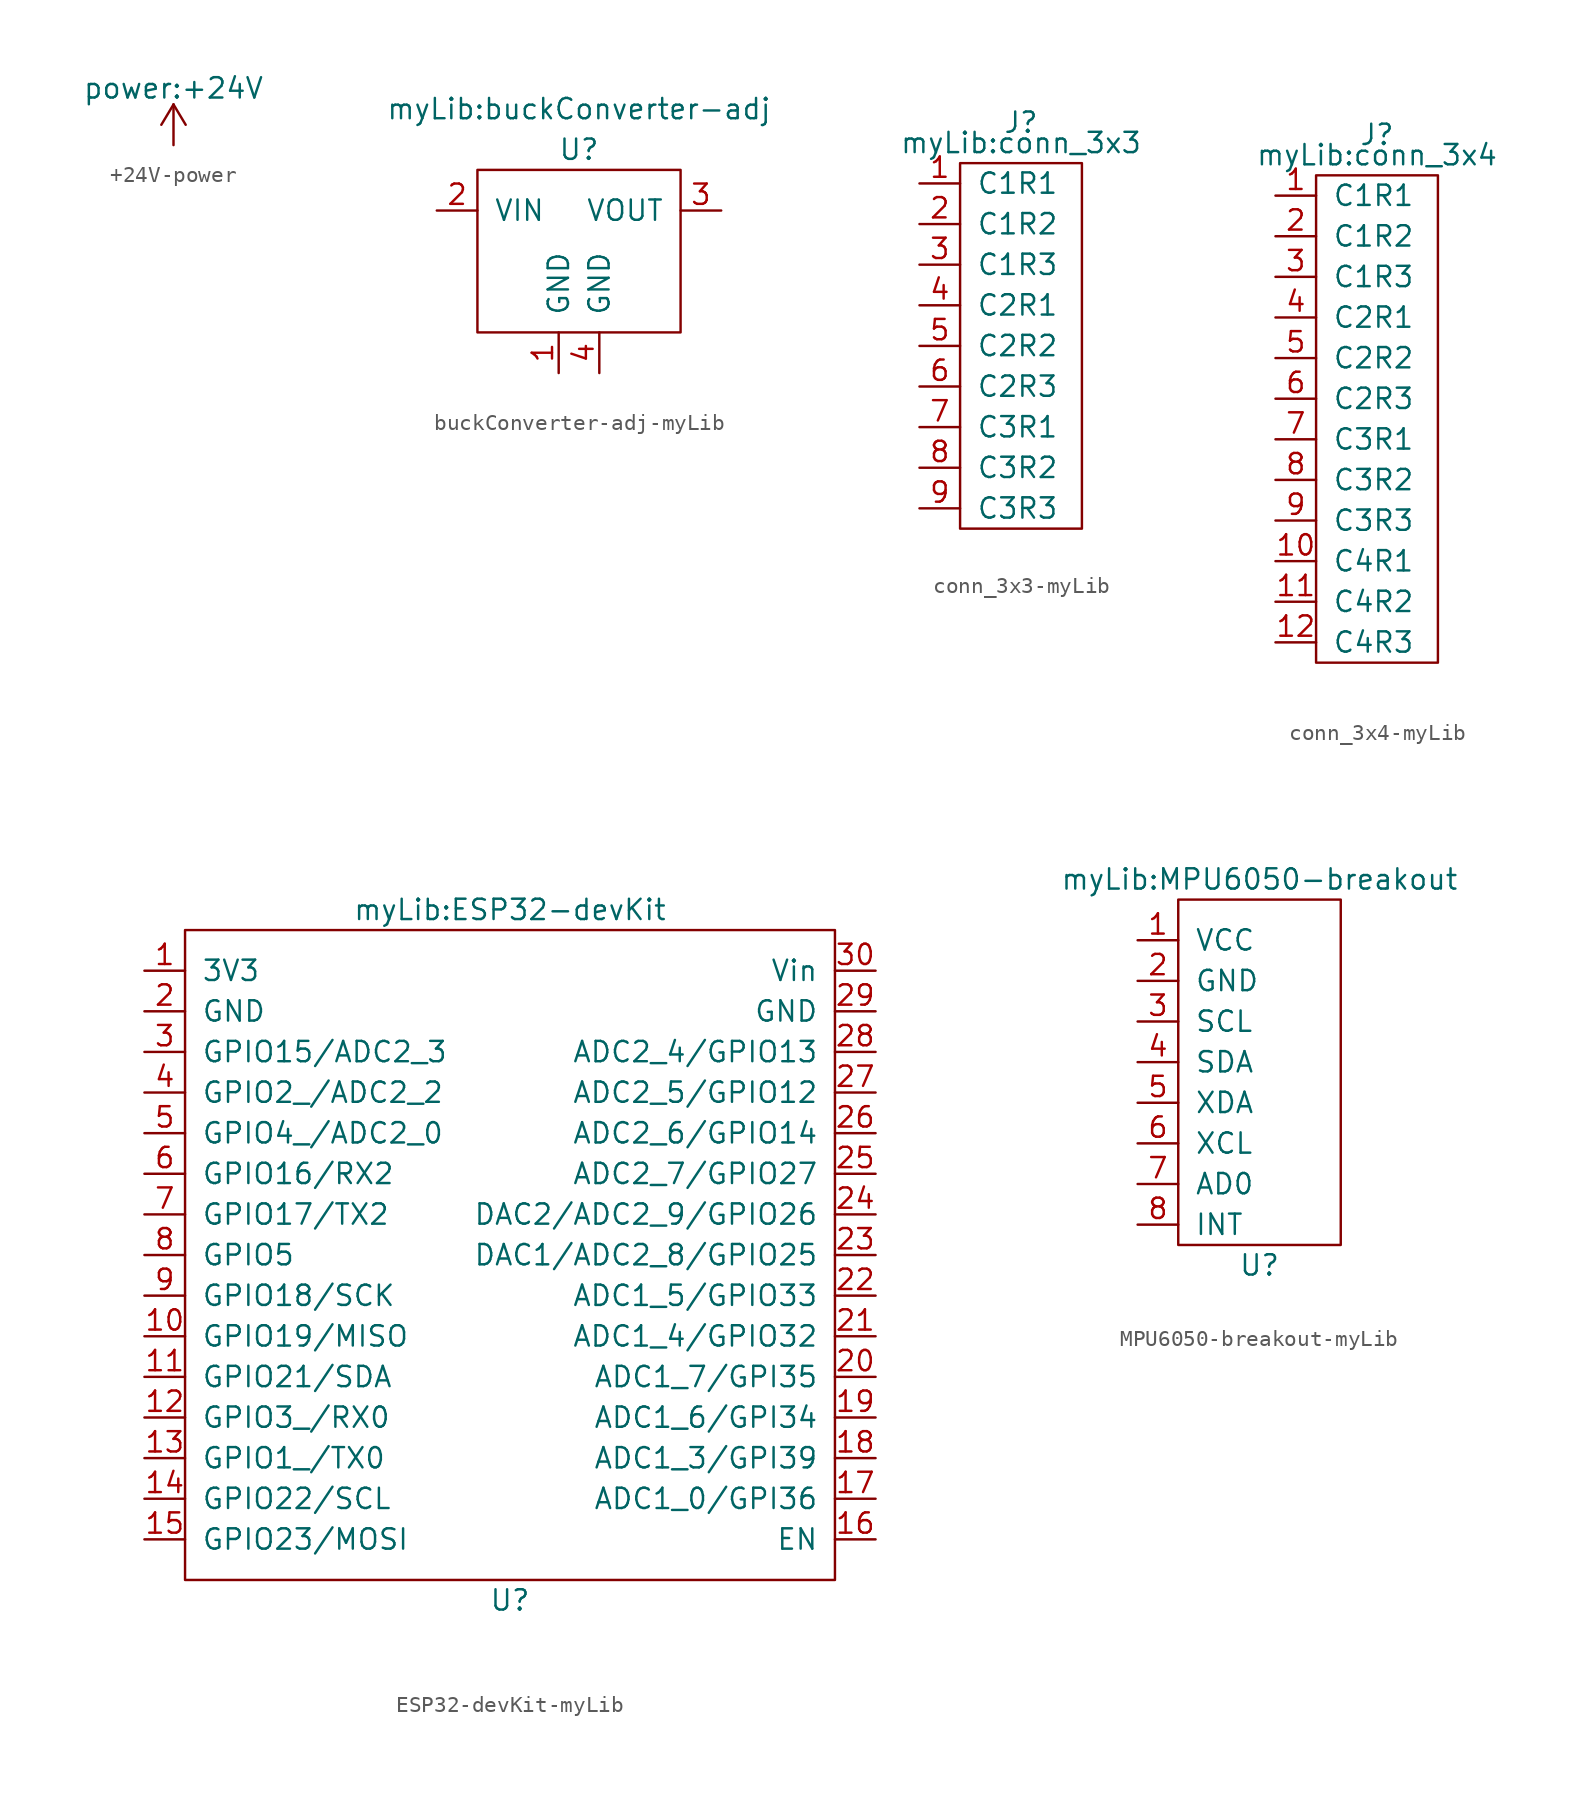
<source format=kicad_sym>
(kicad_symbol_lib
  (version 20231120)
  (generator "kicad_symbol_editor")
  (generator_version "8.0")
  (symbol "+24V-power"
    (power)
    (pin_names
      (offset 0))
    (property "Reference" "#PWR"
      (at 0 -3.81 0)
      (effects (font (size 1.27 1.27)) (hide yes)))
    (property "Value" "power:+24V"
      (at 0 3.556 0)
      (effects (font (size 1.27 1.27))))
    (symbol "+24V-power_0_1"
      (polyline (pts (xy -0.762 1.27) (xy 0 2.54)) (stroke (width 0) (type solid)) (fill (type none)))
      (polyline (pts (xy 0 0) (xy 0 2.54)) (stroke (width 0) (type solid)) (fill (type none)))
      (polyline (pts (xy 0 2.54) (xy 0.762 1.27)) (stroke (width 0) (type solid)) (fill (type none))))
    (symbol "+24V-power_1_1"
      (pin power_in line (at 0 0 90) (length 0) hide (name "+24V" (effects (font (size 1.27 1.27)))) (number "1" (effects (font (size 1.27 1.27)))))))
  (symbol "buckConverter-adj-myLib"
    (pin_names
      (offset 1.016))
    (property "Reference" "U"
      (at 0 0 0)
      (effects (font (size 1.27 1.27))))
    (property "Value" "myLib:buckConverter-adj"
      (at 0 2.54 0)
      (effects (font (size 1.27 1.27))))
    (symbol "buckConverter-adj-myLib_0_1"
      (rectangle (start -6.35 -1.27) (end 6.35 -11.43) (stroke (width 0) (type solid)) (fill (type none))))
    (symbol "buckConverter-adj-myLib_1_1"
      (pin power_in line (at -1.27 -13.97 90) (length 2.54) (name "GND" (effects (font (size 1.27 1.27)))) (number "1" (effects (font (size 1.27 1.27)))))
      (pin power_in line (at -8.89 -3.81 0) (length 2.54) (name "VIN" (effects (font (size 1.27 1.27)))) (number "2" (effects (font (size 1.27 1.27)))))
      (pin power_out line (at 8.89 -3.81 180) (length 2.54) (name "VOUT" (effects (font (size 1.27 1.27)))) (number "3" (effects (font (size 1.27 1.27)))))
      (pin power_in line (at 1.27 -13.97 90) (length 2.54) (name "GND" (effects (font (size 1.27 1.27)))) (number "4" (effects (font (size 1.27 1.27)))))))
  (symbol "conn_3x3-myLib"
    (pin_names
      (offset 1.016))
    (property "Reference" "J"
      (at 0 13.97 0)
      (effects (font (size 1.27 1.27))))
    (property "Value" "myLib:conn_3x3"
      (at 0 12.7 0)
      (effects (font (size 1.27 1.27))))
    (symbol "conn_3x3-myLib_0_1"
      (rectangle (start -3.81 11.43) (end 3.81 -11.43) (stroke (width 0) (type solid)) (fill (type none))))
    (symbol "conn_3x3-myLib_1_1"
      (pin bidirectional line (at -6.35 10.16 0) (length 2.54) (name "C1R1" (effects (font (size 1.27 1.27)))) (number "1" (effects (font (size 1.27 1.27)))))
      (pin bidirectional line (at -6.35 7.62 0) (length 2.54) (name "C1R2" (effects (font (size 1.27 1.27)))) (number "2" (effects (font (size 1.27 1.27)))))
      (pin bidirectional line (at -6.35 5.08 0) (length 2.54) (name "C1R3" (effects (font (size 1.27 1.27)))) (number "3" (effects (font (size 1.27 1.27)))))
      (pin bidirectional line (at -6.35 2.54 0) (length 2.54) (name "C2R1" (effects (font (size 1.27 1.27)))) (number "4" (effects (font (size 1.27 1.27)))))
      (pin bidirectional line (at -6.35 0 0) (length 2.54) (name "C2R2" (effects (font (size 1.27 1.27)))) (number "5" (effects (font (size 1.27 1.27)))))
      (pin bidirectional line (at -6.35 -2.54 0) (length 2.54) (name "C2R3" (effects (font (size 1.27 1.27)))) (number "6" (effects (font (size 1.27 1.27)))))
      (pin bidirectional line (at -6.35 -5.08 0) (length 2.54) (name "C3R1" (effects (font (size 1.27 1.27)))) (number "7" (effects (font (size 1.27 1.27)))))
      (pin bidirectional line (at -6.35 -7.62 0) (length 2.54) (name "C3R2" (effects (font (size 1.27 1.27)))) (number "8" (effects (font (size 1.27 1.27)))))
      (pin bidirectional line (at -6.35 -10.16 0) (length 2.54) (name "C3R3" (effects (font (size 1.27 1.27)))) (number "9" (effects (font (size 1.27 1.27)))))))
  (symbol "conn_3x4-myLib"
    (pin_names
      (offset 1.016))
    (property "Reference" "J"
      (at 0 17.78 0)
      (effects (font (size 1.27 1.27))))
    (property "Value" "myLib:conn_3x4"
      (at 0 16.51 0)
      (effects (font (size 1.27 1.27))))
    (symbol "conn_3x4-myLib_0_1"
      (rectangle (start -3.81 15.24) (end 3.81 -15.24) (stroke (width 0) (type solid)) (fill (type none))))
    (symbol "conn_3x4-myLib_1_1"
      (pin bidirectional line (at -6.35 13.97 0) (length 2.54) (name "C1R1" (effects (font (size 1.27 1.27)))) (number "1" (effects (font (size 1.27 1.27)))))
      (pin bidirectional line (at -6.35 -8.89 0) (length 2.54) (name "C4R1" (effects (font (size 1.27 1.27)))) (number "10" (effects (font (size 1.27 1.27)))))
      (pin bidirectional line (at -6.35 -11.43 0) (length 2.54) (name "C4R2" (effects (font (size 1.27 1.27)))) (number "11" (effects (font (size 1.27 1.27)))))
      (pin bidirectional line (at -6.35 -13.97 0) (length 2.54) (name "C4R3" (effects (font (size 1.27 1.27)))) (number "12" (effects (font (size 1.27 1.27)))))
      (pin bidirectional line (at -6.35 11.43 0) (length 2.54) (name "C1R2" (effects (font (size 1.27 1.27)))) (number "2" (effects (font (size 1.27 1.27)))))
      (pin bidirectional line (at -6.35 8.89 0) (length 2.54) (name "C1R3" (effects (font (size 1.27 1.27)))) (number "3" (effects (font (size 1.27 1.27)))))
      (pin bidirectional line (at -6.35 6.35 0) (length 2.54) (name "C2R1" (effects (font (size 1.27 1.27)))) (number "4" (effects (font (size 1.27 1.27)))))
      (pin bidirectional line (at -6.35 3.81 0) (length 2.54) (name "C2R2" (effects (font (size 1.27 1.27)))) (number "5" (effects (font (size 1.27 1.27)))))
      (pin bidirectional line (at -6.35 1.27 0) (length 2.54) (name "C2R3" (effects (font (size 1.27 1.27)))) (number "6" (effects (font (size 1.27 1.27)))))
      (pin bidirectional line (at -6.35 -1.27 0) (length 2.54) (name "C3R1" (effects (font (size 1.27 1.27)))) (number "7" (effects (font (size 1.27 1.27)))))
      (pin bidirectional line (at -6.35 -3.81 0) (length 2.54) (name "C3R2" (effects (font (size 1.27 1.27)))) (number "8" (effects (font (size 1.27 1.27)))))
      (pin bidirectional line (at -6.35 -6.35 0) (length 2.54) (name "C3R3" (effects (font (size 1.27 1.27)))) (number "9" (effects (font (size 1.27 1.27)))))))
  (symbol "ESP32-devKit-myLib"
    (pin_names
      (offset 1.016))
    (property "Reference" "U"
      (at 0 -43.18 0)
      (effects (font (size 1.27 1.27))))
    (property "Value" "myLib:ESP32-devKit"
      (at 0 0 0)
      (effects (font (size 1.27 1.27))))
    (symbol "ESP32-devKit-myLib_0_1"
      (rectangle (start 20.32 -1.27) (end -20.32 -41.91) (stroke (width 0) (type solid)) (fill (type none))))
    (symbol "ESP32-devKit-myLib_1_1"
      (pin power_in line (at -22.86 -3.81 0) (length 2.54) (name "3V3" (effects (font (size 1.27 1.27)))) (number "1" (effects (font (size 1.27 1.27)))))
      (pin bidirectional line (at -22.86 -26.67 0) (length 2.54) (name "GPIO19/MISO" (effects (font (size 1.27 1.27)))) (number "10" (effects (font (size 1.27 1.27)))))
      (pin bidirectional line (at -22.86 -29.21 0) (length 2.54) (name "GPIO21/SDA" (effects (font (size 1.27 1.27)))) (number "11" (effects (font (size 1.27 1.27)))))
      (pin bidirectional line (at -22.86 -31.75 0) (length 2.54) (name "GPIO3_/RX0" (effects (font (size 1.27 1.27)))) (number "12" (effects (font (size 1.27 1.27)))))
      (pin bidirectional line (at -22.86 -34.29 0) (length 2.54) (name "GPIO1_/TX0" (effects (font (size 1.27 1.27)))) (number "13" (effects (font (size 1.27 1.27)))))
      (pin bidirectional line (at -22.86 -36.83 0) (length 2.54) (name "GPIO22/SCL" (effects (font (size 1.27 1.27)))) (number "14" (effects (font (size 1.27 1.27)))))
      (pin bidirectional line (at -22.86 -39.37 0) (length 2.54) (name "GPIO23/MOSI" (effects (font (size 1.27 1.27)))) (number "15" (effects (font (size 1.27 1.27)))))
      (pin bidirectional line (at 22.86 -39.37 180) (length 2.54) (name "EN" (effects (font (size 1.27 1.27)))) (number "16" (effects (font (size 1.27 1.27)))))
      (pin bidirectional line (at 22.86 -36.83 180) (length 2.54) (name "ADC1_0/GPI36" (effects (font (size 1.27 1.27)))) (number "17" (effects (font (size 1.27 1.27)))))
      (pin bidirectional line (at 22.86 -34.29 180) (length 2.54) (name "ADC1_3/GPI39" (effects (font (size 1.27 1.27)))) (number "18" (effects (font (size 1.27 1.27)))))
      (pin bidirectional line (at 22.86 -31.75 180) (length 2.54) (name "ADC1_6/GPI34" (effects (font (size 1.27 1.27)))) (number "19" (effects (font (size 1.27 1.27)))))
      (pin power_in line (at -22.86 -6.35 0) (length 2.54) (name "GND" (effects (font (size 1.27 1.27)))) (number "2" (effects (font (size 1.27 1.27)))))
      (pin bidirectional line (at 22.86 -29.21 180) (length 2.54) (name "ADC1_7/GPI35" (effects (font (size 1.27 1.27)))) (number "20" (effects (font (size 1.27 1.27)))))
      (pin bidirectional line (at 22.86 -26.67 180) (length 2.54) (name "ADC1_4/GPIO32" (effects (font (size 1.27 1.27)))) (number "21" (effects (font (size 1.27 1.27)))))
      (pin bidirectional line (at 22.86 -24.13 180) (length 2.54) (name "ADC1_5/GPIO33" (effects (font (size 1.27 1.27)))) (number "22" (effects (font (size 1.27 1.27)))))
      (pin bidirectional line (at 22.86 -21.59 180) (length 2.54) (name "DAC1/ADC2_8/GPIO25" (effects (font (size 1.27 1.27)))) (number "23" (effects (font (size 1.27 1.27)))))
      (pin bidirectional line (at 22.86 -19.05 180) (length 2.54) (name "DAC2/ADC2_9/GPIO26" (effects (font (size 1.27 1.27)))) (number "24" (effects (font (size 1.27 1.27)))))
      (pin bidirectional line (at 22.86 -16.51 180) (length 2.54) (name "ADC2_7/GPIO27" (effects (font (size 1.27 1.27)))) (number "25" (effects (font (size 1.27 1.27)))))
      (pin bidirectional line (at 22.86 -13.97 180) (length 2.54) (name "ADC2_6/GPIO14" (effects (font (size 1.27 1.27)))) (number "26" (effects (font (size 1.27 1.27)))))
      (pin bidirectional line (at 22.86 -11.43 180) (length 2.54) (name "ADC2_5/GPIO12" (effects (font (size 1.27 1.27)))) (number "27" (effects (font (size 1.27 1.27)))))
      (pin bidirectional line (at 22.86 -8.89 180) (length 2.54) (name "ADC2_4/GPIO13" (effects (font (size 1.27 1.27)))) (number "28" (effects (font (size 1.27 1.27)))))
      (pin power_in line (at 22.86 -6.35 180) (length 2.54) (name "GND" (effects (font (size 1.27 1.27)))) (number "29" (effects (font (size 1.27 1.27)))))
      (pin bidirectional line (at -22.86 -8.89 0) (length 2.54) (name "GPIO15/ADC2_3" (effects (font (size 1.27 1.27)))) (number "3" (effects (font (size 1.27 1.27)))))
      (pin power_in line (at 22.86 -3.81 180) (length 2.54) (name "Vin" (effects (font (size 1.27 1.27)))) (number "30" (effects (font (size 1.27 1.27)))))
      (pin bidirectional line (at -22.86 -11.43 0) (length 2.54) (name "GPIO2_/ADC2_2" (effects (font (size 1.27 1.27)))) (number "4" (effects (font (size 1.27 1.27)))))
      (pin bidirectional line (at -22.86 -13.97 0) (length 2.54) (name "GPIO4_/ADC2_0" (effects (font (size 1.27 1.27)))) (number "5" (effects (font (size 1.27 1.27)))))
      (pin bidirectional line (at -22.86 -16.51 0) (length 2.54) (name "GPIO16/RX2" (effects (font (size 1.27 1.27)))) (number "6" (effects (font (size 1.27 1.27)))))
      (pin bidirectional line (at -22.86 -19.05 0) (length 2.54) (name "GPIO17/TX2" (effects (font (size 1.27 1.27)))) (number "7" (effects (font (size 1.27 1.27)))))
      (pin bidirectional line (at -22.86 -21.59 0) (length 2.54) (name "GPIO5" (effects (font (size 1.27 1.27)))) (number "8" (effects (font (size 1.27 1.27)))))
      (pin bidirectional line (at -22.86 -24.13 0) (length 2.54) (name "GPIO18/SCK" (effects (font (size 1.27 1.27)))) (number "9" (effects (font (size 1.27 1.27)))))))
  (symbol "MPU6050-breakout-myLib"
    (pin_names
      (offset 1.016))
    (property "Reference" "U"
      (at 0 -24.13 0)
      (effects (font (size 1.27 1.27))))
    (property "Value" "myLib:MPU6050-breakout"
      (at 0 0 0)
      (effects (font (size 1.27 1.27))))
    (symbol "MPU6050-breakout-myLib_0_1"
      (rectangle (start -5.08 -1.27) (end 5.08 -22.86) (stroke (width 0) (type solid)) (fill (type none))))
    (symbol "MPU6050-breakout-myLib_1_1"
      (pin power_in line (at -7.62 -3.81 0) (length 2.54) (name "VCC" (effects (font (size 1.27 1.27)))) (number "1" (effects (font (size 1.27 1.27)))))
      (pin power_in line (at -7.62 -6.35 0) (length 2.54) (name "GND" (effects (font (size 1.27 1.27)))) (number "2" (effects (font (size 1.27 1.27)))))
      (pin bidirectional line (at -7.62 -8.89 0) (length 2.54) (name "SCL" (effects (font (size 1.27 1.27)))) (number "3" (effects (font (size 1.27 1.27)))))
      (pin bidirectional line (at -7.62 -11.43 0) (length 2.54) (name "SDA" (effects (font (size 1.27 1.27)))) (number "4" (effects (font (size 1.27 1.27)))))
      (pin bidirectional line (at -7.62 -13.97 0) (length 2.54) (name "XDA" (effects (font (size 1.27 1.27)))) (number "5" (effects (font (size 1.27 1.27)))))
      (pin bidirectional line (at -7.62 -16.51 0) (length 2.54) (name "XCL" (effects (font (size 1.27 1.27)))) (number "6" (effects (font (size 1.27 1.27)))))
      (pin bidirectional line (at -7.62 -19.05 0) (length 2.54) (name "AD0" (effects (font (size 1.27 1.27)))) (number "7" (effects (font (size 1.27 1.27)))))
      (pin bidirectional line (at -7.62 -21.59 0) (length 2.54) (name "INT" (effects (font (size 1.27 1.27)))) (number "8" (effects (font (size 1.27 1.27))))))))
</source>
